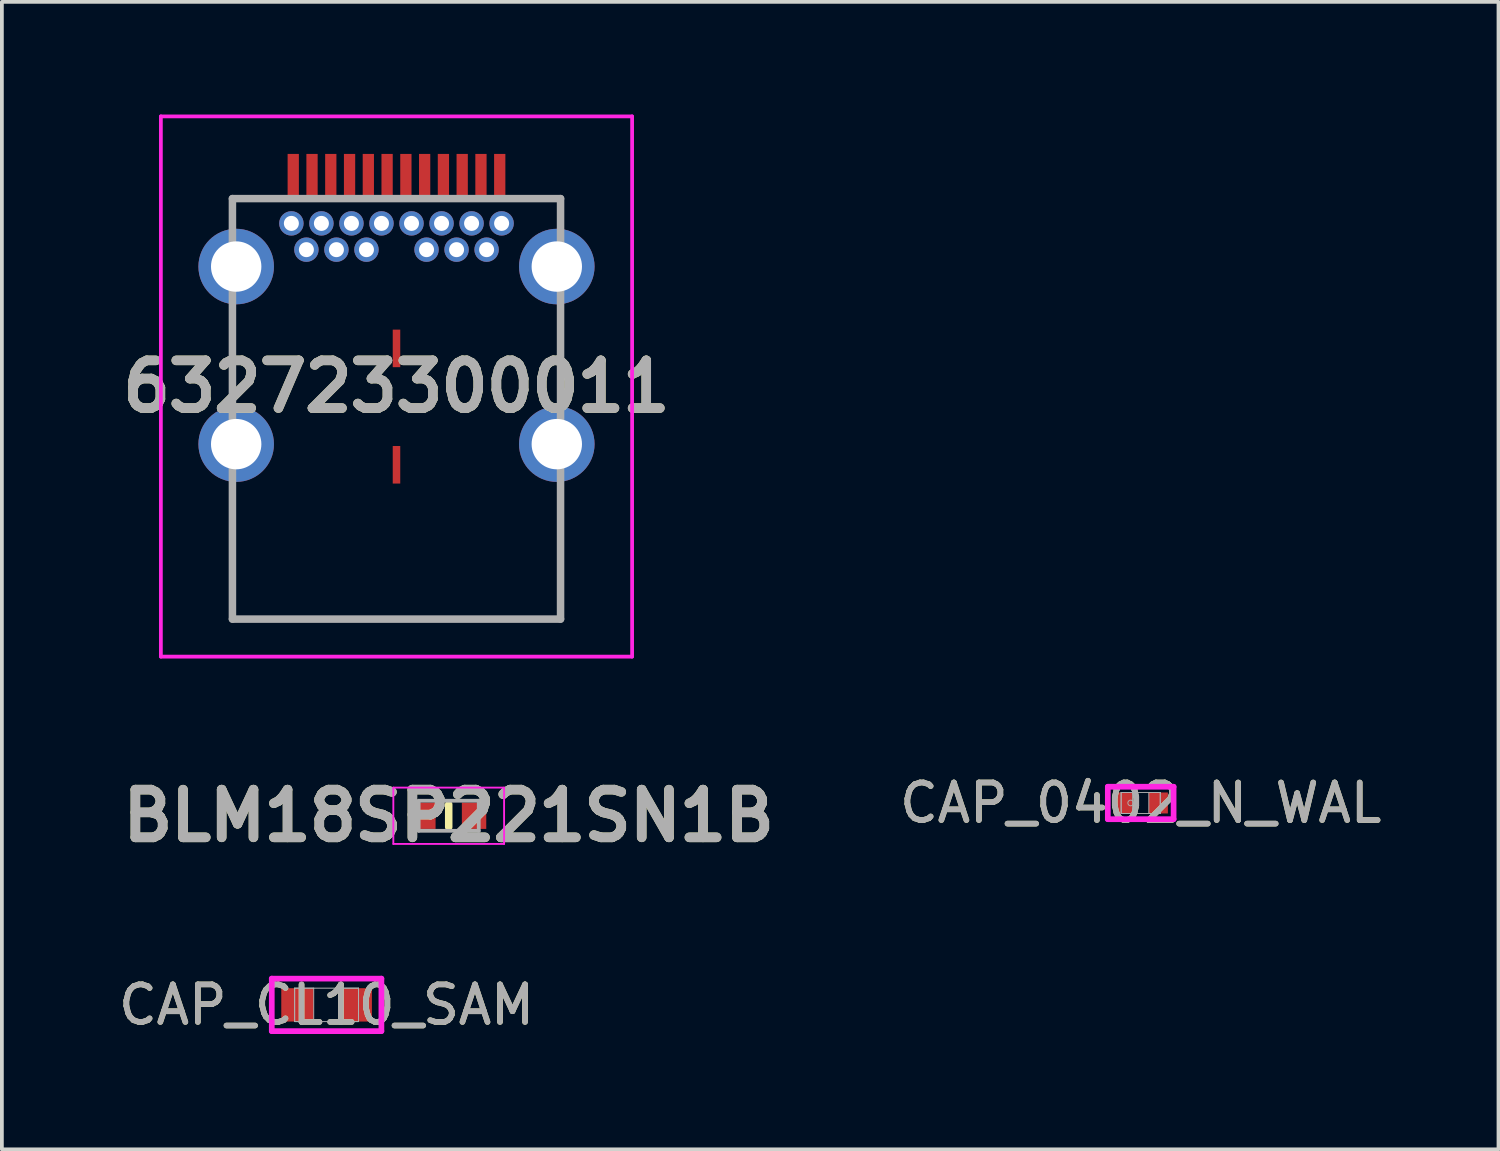
<source format=kicad_pcb>
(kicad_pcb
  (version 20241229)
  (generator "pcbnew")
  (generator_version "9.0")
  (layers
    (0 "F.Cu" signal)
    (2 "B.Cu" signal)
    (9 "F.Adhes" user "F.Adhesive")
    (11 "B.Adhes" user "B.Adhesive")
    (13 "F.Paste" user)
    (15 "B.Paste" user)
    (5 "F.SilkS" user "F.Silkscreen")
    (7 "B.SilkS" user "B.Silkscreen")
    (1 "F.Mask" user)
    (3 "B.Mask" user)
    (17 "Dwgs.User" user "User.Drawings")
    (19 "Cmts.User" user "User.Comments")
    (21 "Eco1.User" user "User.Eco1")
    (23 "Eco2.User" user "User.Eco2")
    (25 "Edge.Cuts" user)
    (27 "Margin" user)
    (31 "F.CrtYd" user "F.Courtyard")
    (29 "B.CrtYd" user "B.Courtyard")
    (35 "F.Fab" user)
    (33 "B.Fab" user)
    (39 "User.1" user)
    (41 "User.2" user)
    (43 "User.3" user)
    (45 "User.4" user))
  (footprint "CAP_CL10_SAM"
    (layer "F.Cu")
    (at 5.649 23.716)
    (property "Reference" "CAP_CL10_SAM" (at 0 0 0) (unlocked yes) (layer "F.SilkS") (effects (font (size 1 1) (thickness 0.15))))
    (attr smd)
    (fp_line (start -1.46 -0.699) (end 1.46 -0.699) (stroke (width 0.152) (type solid)) (layer "F.CrtYd"))
    (fp_line (start -1.46 0.699) (end -1.46 -0.699) (stroke (width 0.152) (type solid)) (layer "F.CrtYd"))
    (fp_line (start 1.46 -0.699) (end 1.46 0.699) (stroke (width 0.152) (type solid)) (layer "F.CrtYd"))
    (fp_line (start 1.46 0.699) (end -1.46 0.699) (stroke (width 0.152) (type solid)) (layer "F.CrtYd"))
    (fp_line (start -0.851 -0.445) (end -0.851 0.445) (stroke (width 0.025) (type solid)) (layer "F.Fab"))
    (fp_line (start -0.851 -0.445) (end -0.851 0.445) (stroke (width 0.025) (type solid)) (layer "F.Fab"))
    (fp_line (start -0.851 0.445) (end -0.343 0.445) (stroke (width 0.025) (type solid)) (layer "F.Fab"))
    (fp_line (start -0.851 0.445) (end 0.851 0.445) (stroke (width 0.025) (type solid)) (layer "F.Fab"))
    (fp_line (start -0.343 -0.445) (end -0.851 -0.445) (stroke (width 0.025) (type solid)) (layer "F.Fab"))
    (fp_line (start -0.343 0.445) (end -0.343 -0.445) (stroke (width 0.025) (type solid)) (layer "F.Fab"))
    (fp_line (start 0.343 -0.445) (end 0.343 0.445) (stroke (width 0.025) (type solid)) (layer "F.Fab"))
    (fp_line (start 0.343 0.445) (end 0.851 0.445) (stroke (width 0.025) (type solid)) (layer "F.Fab"))
    (fp_line (start 0.851 -0.445) (end -0.851 -0.445) (stroke (width 0.025) (type solid)) (layer "F.Fab"))
    (fp_line (start 0.851 -0.445) (end 0.343 -0.445) (stroke (width 0.025) (type solid)) (layer "F.Fab"))
    (fp_line (start 0.851 0.445) (end 0.851 -0.445) (stroke (width 0.025) (type solid)) (layer "F.Fab"))
    (fp_line (start 0.851 0.445) (end 0.851 -0.445) (stroke (width 0.025) (type solid)) (layer "F.Fab"))
    (fp_circle (center -0.648 0) (end -0.648 0) (stroke (width 0.025) (type solid)) (fill no) (layer "F.Fab"))
    (fp_text user "${REFERENCE}" (at 0 0 0) (unlocked yes) (layer "F.Fab") (effects (font (size 1 1) (thickness 0.15))))
    (pad "1" smd rect (at -0.775 0) (size 0.864 0.889) (layers "F.Cu" "F.Mask" "F.Paste"))
    (pad "2" smd rect (at 0.775 0) (size 0.864 0.889) (layers "F.Cu" "F.Mask" "F.Paste"))
    (zone (net_name "") (layer "F.Cu") (hatch full 0.508) (connect_pads) (min_thickness 0.254) (filled_areas_thickness no) (keepout (tracks not_allowed) (vias not_allowed) (pads allowed) (copperpour not_allowed) (footprints allowed)) (placement (enabled no)) (fill) (polygon (pts (xy 5.357 23.322) (xy 5.941 23.322) (xy 5.941 24.109) (xy 5.357 24.109)))))
  (footprint "632723300011"
    (layer "F.Cu")
    (at 7.511 7.545)
    (property "Reference" "632723300011" (at 0 -0.3 0) (layer "F.SilkS") (effects (font (size 1.27 1.27) (thickness 0.254))))
    (attr through_hole)
    (fp_line (start -4.37 -5.305) (end -3.5 -5.305) (stroke (width 0.1) (type solid)) (layer "F.SilkS"))
    (fp_line (start -4.37 -4.805) (end -4.37 -5.305) (stroke (width 0.1) (type solid)) (layer "F.SilkS"))
    (fp_line (start -4.37 -0.305) (end -4.37 -1.805) (stroke (width 0.1) (type solid)) (layer "F.SilkS"))
    (fp_line (start -4.37 2.695) (end -4.37 5.895) (stroke (width 0.1) (type solid)) (layer "F.SilkS"))
    (fp_line (start -4.37 5.895) (end 4.37 5.895) (stroke (width 0.1) (type solid)) (layer "F.SilkS"))
    (fp_line (start 4.37 -5.305) (end 3.5 -5.305) (stroke (width 0.1) (type solid)) (layer "F.SilkS"))
    (fp_line (start 4.37 -4.805) (end 4.37 -5.305) (stroke (width 0.1) (type solid)) (layer "F.SilkS"))
    (fp_line (start 4.37 -0.305) (end 4.37 -1.805) (stroke (width 0.1) (type solid)) (layer "F.SilkS"))
    (fp_line (start 4.37 5.895) (end 4.37 2.695) (stroke (width 0.1) (type solid)) (layer "F.SilkS"))
    (fp_line (start -6.276 -7.495) (end 6.276 -7.495) (stroke (width 0.1) (type solid)) (layer "F.CrtYd"))
    (fp_line (start -6.276 6.895) (end -6.276 -7.495) (stroke (width 0.1) (type solid)) (layer "F.CrtYd"))
    (fp_line (start 6.276 -7.495) (end 6.276 6.895) (stroke (width 0.1) (type solid)) (layer "F.CrtYd"))
    (fp_line (start 6.276 6.895) (end -6.276 6.895) (stroke (width 0.1) (type solid)) (layer "F.CrtYd"))
    (fp_line (start -4.37 -5.305) (end 4.37 -5.305) (stroke (width 0.2) (type solid)) (layer "F.Fab"))
    (fp_line (start -4.37 5.895) (end -4.37 -5.305) (stroke (width 0.2) (type solid)) (layer "F.Fab"))
    (fp_line (start 4.37 -5.305) (end 4.37 5.895) (stroke (width 0.2) (type solid)) (layer "F.Fab"))
    (fp_line (start 4.37 5.895) (end -4.37 5.895) (stroke (width 0.2) (type solid)) (layer "F.Fab"))
    (fp_text user "${REFERENCE}" (at 0 -0.3 0) (layer "F.Fab") (effects (font (size 1.27 1.27) (thickness 0.254))))
    (pad "1" thru_hole circle (at 2 -4.645) (size 0.65 0.65) (drill 0.4) (layers "*.Cu" "*.Mask"))
    (pad "2" thru_hole circle (at -2 -4.645) (size 0.65 0.65) (drill 0.4) (layers "*.Cu" "*.Mask"))
    (pad "3" thru_hole circle (at 4.27 -3.495) (size 2.012 2.012) (drill 1.342) (layers "*.Cu" "*.Mask"))
    (pad "4" thru_hole circle (at -4.27 -3.495) (size 2.012 2.012) (drill 1.342) (layers "*.Cu" "*.Mask"))
    (pad "5" thru_hole circle (at 4.27 1.235) (size 2.012 2.012) (drill 1.342) (layers "*.Cu" "*.Mask"))
    (pad "6" thru_hole circle (at -4.27 1.235) (size 2.012 2.012) (drill 1.342) (layers "*.Cu" "*.Mask"))
    (pad "7" smd rect (at 0 -1.315) (size 0.2 1) (layers "F.Cu" "F.Mask" "F.Paste"))
    (pad "8" smd rect (at 0 1.785) (size 0.2 1) (layers "F.Cu" "F.Mask" "F.Paste"))
    (pad "A1" smd rect (at -2.75 -5.895) (size 0.3 1.2) (layers "F.Cu" "F.Mask" "F.Paste"))
    (pad "A2" smd rect (at -2.25 -5.895) (size 0.3 1.2) (layers "F.Cu" "F.Mask" "F.Paste"))
    (pad "A3" smd rect (at -1.75 -5.895) (size 0.3 1.2) (layers "F.Cu" "F.Mask" "F.Paste"))
    (pad "A4" smd rect (at -1.25 -5.895) (size 0.3 1.2) (layers "F.Cu" "F.Mask" "F.Paste"))
    (pad "A5" smd rect (at -0.75 -5.895) (size 0.3 1.2) (layers "F.Cu" "F.Mask" "F.Paste"))
    (pad "A6" smd rect (at -0.25 -5.895) (size 0.3 1.2) (layers "F.Cu" "F.Mask" "F.Paste"))
    (pad "A7" smd rect (at 0.25 -5.895) (size 0.3 1.2) (layers "F.Cu" "F.Mask" "F.Paste"))
    (pad "A8" smd rect (at 0.75 -5.895) (size 0.3 1.2) (layers "F.Cu" "F.Mask" "F.Paste"))
    (pad "A9" smd rect (at 1.25 -5.895) (size 0.3 1.2) (layers "F.Cu" "F.Mask" "F.Paste"))
    (pad "A10" smd rect (at 1.75 -5.895) (size 0.3 1.2) (layers "F.Cu" "F.Mask" "F.Paste"))
    (pad "A11" smd rect (at 2.25 -5.895) (size 0.3 1.2) (layers "F.Cu" "F.Mask" "F.Paste"))
    (pad "A12" smd rect (at 2.75 -5.895) (size 0.3 1.2) (layers "F.Cu" "F.Mask" "F.Paste"))
    (pad "B1" thru_hole circle (at 2.8 -4.645) (size 0.65 0.65) (drill 0.4) (layers "*.Cu" "*.Mask"))
    (pad "B2" thru_hole circle (at 2.4 -3.945) (size 0.65 0.65) (drill 0.4) (layers "*.Cu" "*.Mask"))
    (pad "B3" thru_hole circle (at 1.6 -3.945) (size 0.65 0.65) (drill 0.4) (layers "*.Cu" "*.Mask"))
    (pad "B4" thru_hole circle (at 1.2 -4.645) (size 0.65 0.65) (drill 0.4) (layers "*.Cu" "*.Mask"))
    (pad "B5" thru_hole circle (at 0.8 -3.945) (size 0.65 0.65) (drill 0.4) (layers "*.Cu" "*.Mask"))
    (pad "B6" thru_hole circle (at 0.4 -4.645) (size 0.65 0.65) (drill 0.4) (layers "*.Cu" "*.Mask"))
    (pad "B7" thru_hole circle (at -0.4 -4.645) (size 0.65 0.65) (drill 0.4) (layers "*.Cu" "*.Mask"))
    (pad "B8" thru_hole circle (at -0.8 -3.945) (size 0.65 0.65) (drill 0.4) (layers "*.Cu" "*.Mask"))
    (pad "B9" thru_hole circle (at -1.2 -4.645) (size 0.65 0.65) (drill 0.4) (layers "*.Cu" "*.Mask"))
    (pad "B10" thru_hole circle (at -1.6 -3.945) (size 0.65 0.65) (drill 0.4) (layers "*.Cu" "*.Mask"))
    (pad "B11" thru_hole circle (at -2.4 -3.945) (size 0.65 0.65) (drill 0.4) (layers "*.Cu" "*.Mask"))
    (pad "B12" thru_hole circle (at -2.8 -4.645) (size 0.65 0.65) (drill 0.4) (layers "*.Cu" "*.Mask")))
  (footprint "BLM18SP221SN1B"
    (layer "F.Cu")
    (at 8.902 18.679)
    (property "Reference" "BLM18SP221SN1B" (at 0 0 0) (layer "F.SilkS") (effects (font (size 1.27 1.27) (thickness 0.254))))
    (attr smd)
    (fp_line (start 0 -0.3) (end 0 0.3) (stroke (width 0.2) (type solid)) (layer "F.SilkS"))
    (fp_line (start -1.475 -0.75) (end 1.475 -0.75) (stroke (width 0.05) (type solid)) (layer "F.CrtYd"))
    (fp_line (start -1.475 0.75) (end -1.475 -0.75) (stroke (width 0.05) (type solid)) (layer "F.CrtYd"))
    (fp_line (start 1.475 -0.75) (end 1.475 0.75) (stroke (width 0.05) (type solid)) (layer "F.CrtYd"))
    (fp_line (start 1.475 0.75) (end -1.475 0.75) (stroke (width 0.05) (type solid)) (layer "F.CrtYd"))
    (fp_line (start -0.8 -0.4) (end 0.8 -0.4) (stroke (width 0.1) (type solid)) (layer "F.Fab"))
    (fp_line (start -0.8 0.4) (end -0.8 -0.4) (stroke (width 0.1) (type solid)) (layer "F.Fab"))
    (fp_line (start 0.8 -0.4) (end 0.8 0.4) (stroke (width 0.1) (type solid)) (layer "F.Fab"))
    (fp_line (start 0.8 0.4) (end -0.8 0.4) (stroke (width 0.1) (type solid)) (layer "F.Fab"))
    (fp_text user "${REFERENCE}" (at 0 0 0) (layer "F.Fab") (effects (font (size 1.27 1.27) (thickness 0.254))))
    (pad "1" smd rect (at -0.675 0) (size 0.65 0.7) (layers "F.Cu" "F.Mask" "F.Paste"))
    (pad "2" smd rect (at 0.675 0) (size 0.65 0.7) (layers "F.Cu" "F.Mask" "F.Paste")))
  (footprint "CAP_0402_N_WAL"
    (layer "F.Cu")
    (at 27.334 18.338)
    (property "Reference" "CAP_0402_N_WAL" (at 0 0 0) (unlocked yes) (layer "F.SilkS") (effects (font (size 1 1) (thickness 0.15))))
    (attr smd)
    (fp_line (start -0.876 -0.432) (end 0.876 -0.432) (stroke (width 0.152) (type solid)) (layer "F.CrtYd"))
    (fp_line (start -0.876 0.432) (end -0.876 -0.432) (stroke (width 0.152) (type solid)) (layer "F.CrtYd"))
    (fp_line (start 0.876 -0.432) (end 0.876 0.432) (stroke (width 0.152) (type solid)) (layer "F.CrtYd"))
    (fp_line (start 0.876 0.432) (end -0.876 0.432) (stroke (width 0.152) (type solid)) (layer "F.CrtYd"))
    (fp_line (start -0.521 -0.279) (end -0.521 0.279) (stroke (width 0.025) (type solid)) (layer "F.Fab"))
    (fp_line (start -0.521 -0.279) (end -0.521 0.279) (stroke (width 0.025) (type solid)) (layer "F.Fab"))
    (fp_line (start -0.521 0.279) (end -0.216 0.279) (stroke (width 0.025) (type solid)) (layer "F.Fab"))
    (fp_line (start -0.521 0.279) (end 0.521 0.279) (stroke (width 0.025) (type solid)) (layer "F.Fab"))
    (fp_line (start -0.216 -0.279) (end -0.521 -0.279) (stroke (width 0.025) (type solid)) (layer "F.Fab"))
    (fp_line (start -0.216 0.279) (end -0.216 -0.279) (stroke (width 0.025) (type solid)) (layer "F.Fab"))
    (fp_line (start 0.216 -0.279) (end 0.216 0.279) (stroke (width 0.025) (type solid)) (layer "F.Fab"))
    (fp_line (start 0.216 0.279) (end 0.521 0.279) (stroke (width 0.025) (type solid)) (layer "F.Fab"))
    (fp_line (start 0.521 -0.279) (end -0.521 -0.279) (stroke (width 0.025) (type solid)) (layer "F.Fab"))
    (fp_line (start 0.521 -0.279) (end 0.216 -0.279) (stroke (width 0.025) (type solid)) (layer "F.Fab"))
    (fp_line (start 0.521 0.279) (end 0.521 -0.279) (stroke (width 0.025) (type solid)) (layer "F.Fab"))
    (fp_line (start 0.521 0.279) (end 0.521 -0.279) (stroke (width 0.025) (type solid)) (layer "F.Fab"))
    (fp_circle (center -0.267 0) (end -0.191 0) (stroke (width 0.025) (type solid)) (fill no) (layer "F.Fab"))
    (fp_text user "${REFERENCE}" (at 0 0 0) (unlocked yes) (layer "F.Fab") (effects (font (size 1 1) (thickness 0.15))))
    (pad "1" smd rect (at -0.47 0) (size 0.508 0.559) (layers "F.Cu" "F.Mask" "F.Paste"))
    (pad "2" smd rect (at 0.47 0) (size 0.508 0.559) (layers "F.Cu" "F.Mask" "F.Paste"))
    (zone (net_name "") (layer "F.Cu") (hatch full 0.508) (connect_pads) (min_thickness 0.254) (filled_areas_thickness no) (keepout (tracks not_allowed) (vias not_allowed) (pads allowed) (copperpour not_allowed) (footprints allowed)) (placement (enabled no)) (fill) (polygon (pts (xy 27.169 18.11) (xy 27.499 18.11) (xy 27.499 18.567) (xy 27.169 18.567)))))
  (gr_rect
    (start -3 -3)
    (end 36.864 27.564)
    (stroke (width 0.1) (type default))
    (fill no)
    (layer "Edge.Cuts")))
</source>
